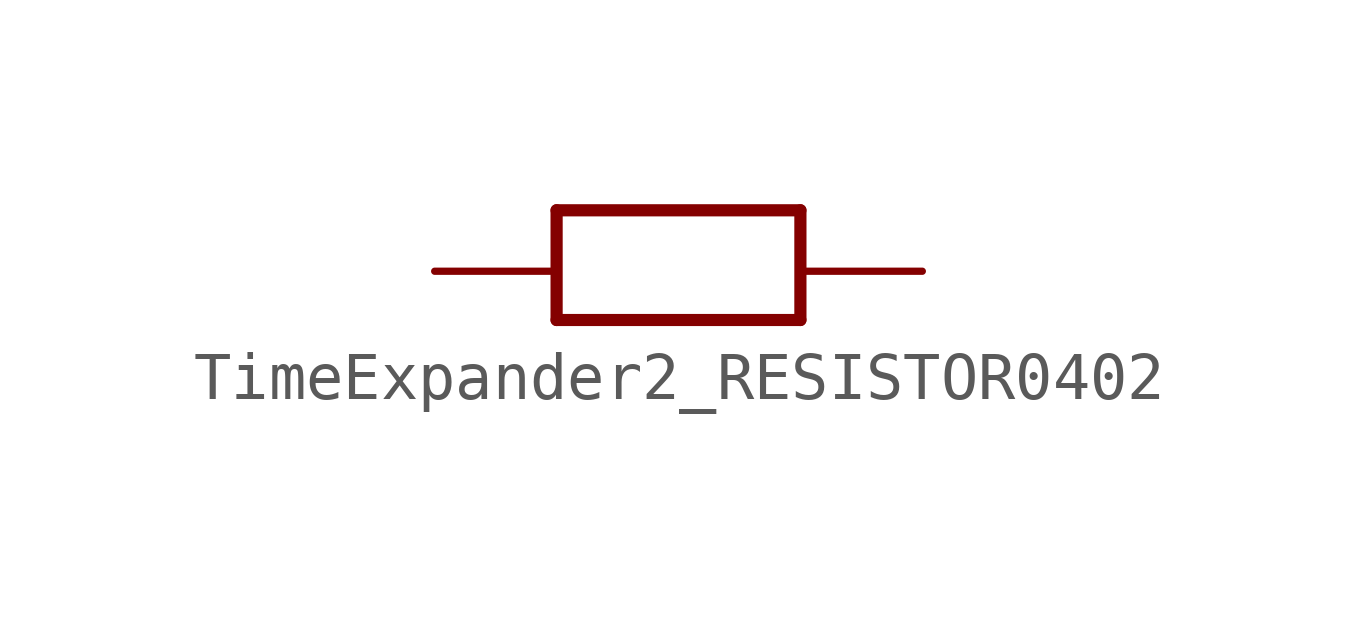
<source format=kicad_sym>
(kicad_symbol_lib
  (version 20231120)
  (generator "kicad_symbol_editor")
  (generator_version "8.0")
  (symbol "TimeExpander2_RESISTOR0402"
    (property "Reference" ""
      (at 4.064 1.905 0)
      (effects (font (size 1.27 1.079)) (justify left bottom) (hide yes)))
    (property "Value" ""
      (at 4.064 -0.381 0)
      (effects (font (size 1.27 1.079)) (justify left bottom)))
    (property "ki_locked" ""
      (at 0 0 0)
      (effects (font (size 1.27 1.27))))
    (symbol "TimeExpander2_RESISTOR0402_1_0"
      (polyline (pts (xy 2.54 -1.016) (xy 7.62 -1.016)) (stroke (width 0.254) (type solid)) (fill (type none)))
      (polyline (pts (xy 2.54 1.27) (xy 2.54 -1.016)) (stroke (width 0.254) (type solid)) (fill (type none)))
      (polyline (pts (xy 7.62 -1.016) (xy 7.62 1.27)) (stroke (width 0.254) (type solid)) (fill (type none)))
      (polyline (pts (xy 7.62 1.27) (xy 2.54 1.27)) (stroke (width 0.254) (type solid)) (fill (type none)))
      (pin bidirectional line (at 0 0 0) (length 2.54) (name "P$1" (effects (font (size 0 0)))) (number "P$1" (effects (font (size 0 0)))))
      (pin bidirectional line (at 10.16 0 180) (length 2.54) (name "P$2" (effects (font (size 0 0)))) (number "P$2" (effects (font (size 0 0))))))))
</source>
